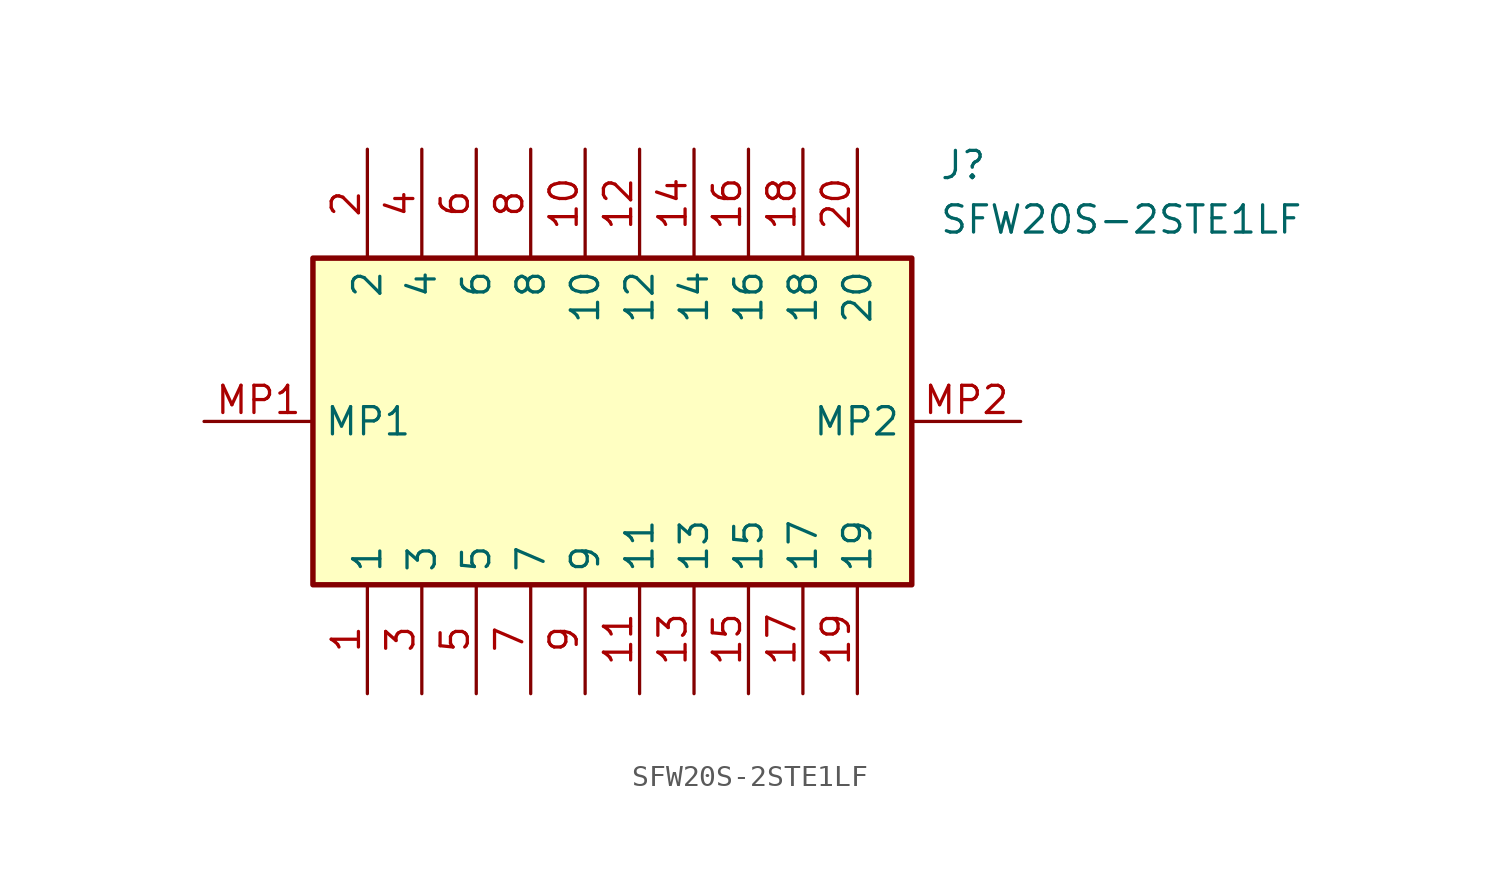
<source format=kicad_sym>
(kicad_symbol_lib
  (version 20211014)
  (generator SamacSys_ECAD_Model)
  (symbol "SFW20S-2STE1LF"
    (property "Reference" "J"
      (at 34.29 12.7 0)
      (effects (font (size 1.27 1.27)) (justify left top)))
    (property "Value" "SFW20S-2STE1LF"
      (at 34.29 10.16 0)
      (effects (font (size 1.27 1.27)) (justify left top)))
    (rectangle
      (start 5.08 7.62)
      (end 33.02 -7.62)
      (stroke (width 0.254) (type default))
      (fill (type background)))
    (pin passive line
      (at 7.62 -12.7 90)
      (length 5.08)
      (name "1" (effects (font (size 1.27 1.27))))
      (number "1" (effects (font (size 1.27 1.27)))))
    (pin passive line
      (at 7.62 12.7 270)
      (length 5.08)
      (name "2" (effects (font (size 1.27 1.27))))
      (number "2" (effects (font (size 1.27 1.27)))))
    (pin passive line
      (at 10.16 -12.7 90)
      (length 5.08)
      (name "3" (effects (font (size 1.27 1.27))))
      (number "3" (effects (font (size 1.27 1.27)))))
    (pin passive line
      (at 10.16 12.7 270)
      (length 5.08)
      (name "4" (effects (font (size 1.27 1.27))))
      (number "4" (effects (font (size 1.27 1.27)))))
    (pin passive line
      (at 12.7 -12.7 90)
      (length 5.08)
      (name "5" (effects (font (size 1.27 1.27))))
      (number "5" (effects (font (size 1.27 1.27)))))
    (pin passive line
      (at 12.7 12.7 270)
      (length 5.08)
      (name "6" (effects (font (size 1.27 1.27))))
      (number "6" (effects (font (size 1.27 1.27)))))
    (pin passive line
      (at 15.24 -12.7 90)
      (length 5.08)
      (name "7" (effects (font (size 1.27 1.27))))
      (number "7" (effects (font (size 1.27 1.27)))))
    (pin passive line
      (at 15.24 12.7 270)
      (length 5.08)
      (name "8" (effects (font (size 1.27 1.27))))
      (number "8" (effects (font (size 1.27 1.27)))))
    (pin passive line
      (at 17.78 -12.7 90)
      (length 5.08)
      (name "9" (effects (font (size 1.27 1.27))))
      (number "9" (effects (font (size 1.27 1.27)))))
    (pin passive line
      (at 17.78 12.7 270)
      (length 5.08)
      (name "10" (effects (font (size 1.27 1.27))))
      (number "10" (effects (font (size 1.27 1.27)))))
    (pin passive line
      (at 20.32 -12.7 90)
      (length 5.08)
      (name "11" (effects (font (size 1.27 1.27))))
      (number "11" (effects (font (size 1.27 1.27)))))
    (pin passive line
      (at 20.32 12.7 270)
      (length 5.08)
      (name "12" (effects (font (size 1.27 1.27))))
      (number "12" (effects (font (size 1.27 1.27)))))
    (pin passive line
      (at 22.86 -12.7 90)
      (length 5.08)
      (name "13" (effects (font (size 1.27 1.27))))
      (number "13" (effects (font (size 1.27 1.27)))))
    (pin passive line
      (at 22.86 12.7 270)
      (length 5.08)
      (name "14" (effects (font (size 1.27 1.27))))
      (number "14" (effects (font (size 1.27 1.27)))))
    (pin passive line
      (at 25.4 -12.7 90)
      (length 5.08)
      (name "15" (effects (font (size 1.27 1.27))))
      (number "15" (effects (font (size 1.27 1.27)))))
    (pin passive line
      (at 25.4 12.7 270)
      (length 5.08)
      (name "16" (effects (font (size 1.27 1.27))))
      (number "16" (effects (font (size 1.27 1.27)))))
    (pin passive line
      (at 27.94 -12.7 90)
      (length 5.08)
      (name "17" (effects (font (size 1.27 1.27))))
      (number "17" (effects (font (size 1.27 1.27)))))
    (pin passive line
      (at 27.94 12.7 270)
      (length 5.08)
      (name "18" (effects (font (size 1.27 1.27))))
      (number "18" (effects (font (size 1.27 1.27)))))
    (pin passive line
      (at 30.48 -12.7 90)
      (length 5.08)
      (name "19" (effects (font (size 1.27 1.27))))
      (number "19" (effects (font (size 1.27 1.27)))))
    (pin passive line
      (at 30.48 12.7 270)
      (length 5.08)
      (name "20" (effects (font (size 1.27 1.27))))
      (number "20" (effects (font (size 1.27 1.27)))))
    (pin passive line
      (at 0 0 0)
      (length 5.08)
      (name "MP1" (effects (font (size 1.27 1.27))))
      (number "MP1" (effects (font (size 1.27 1.27)))))
    (pin passive line
      (at 38.1 0 180)
      (length 5.08)
      (name "MP2" (effects (font (size 1.27 1.27))))
      (number "MP2" (effects (font (size 1.27 1.27)))))))
</source>
